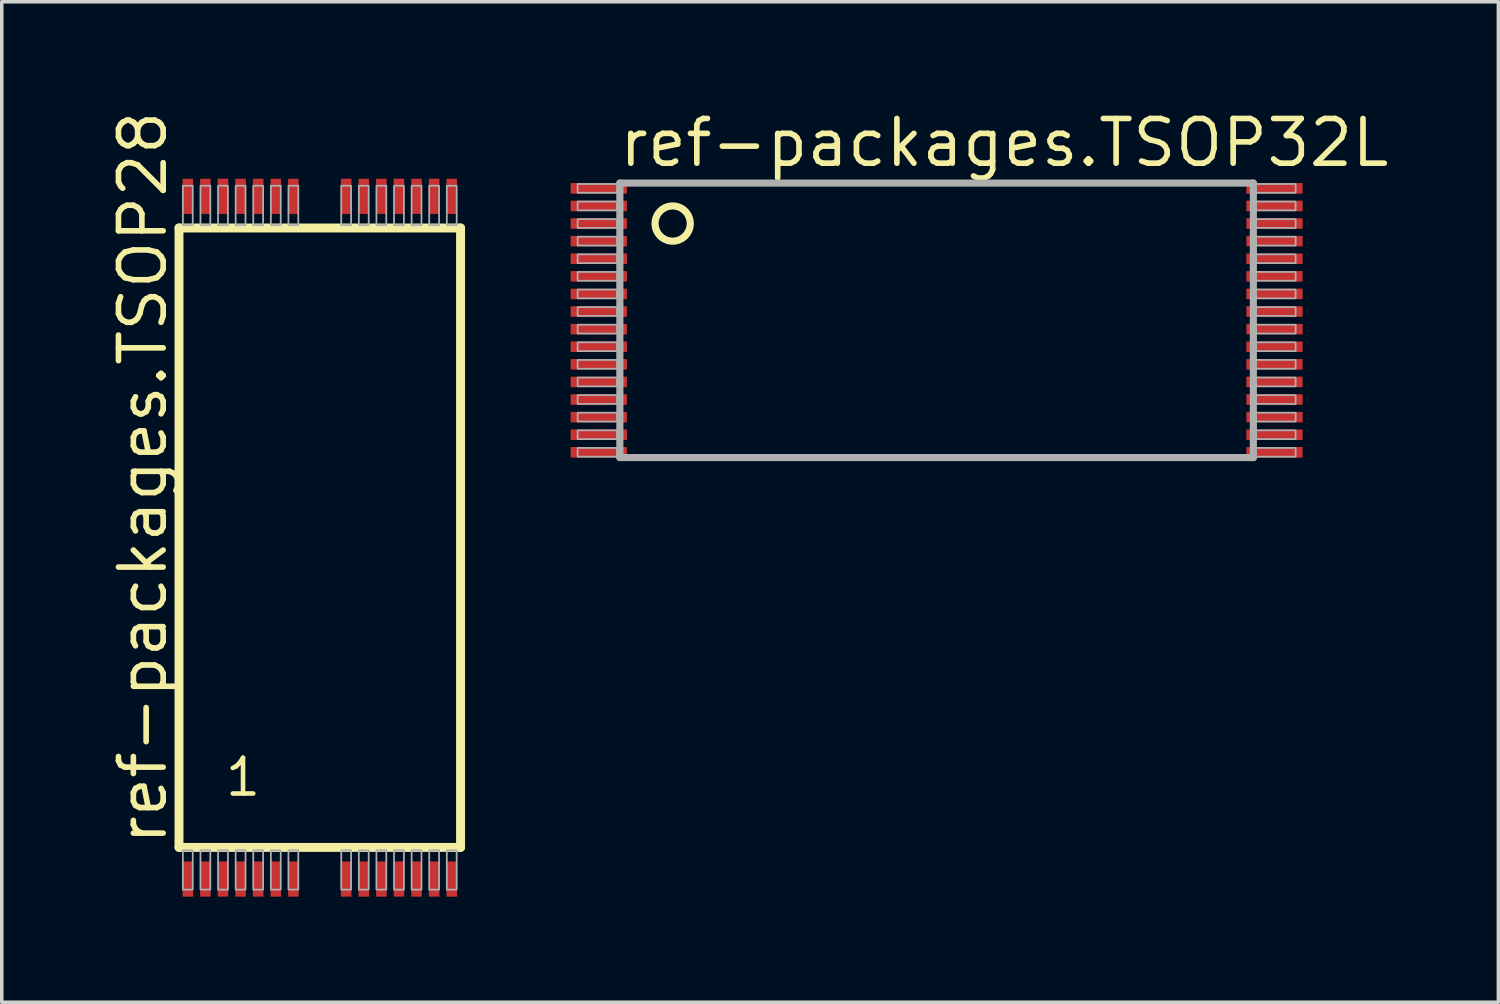
<source format=kicad_pcb>
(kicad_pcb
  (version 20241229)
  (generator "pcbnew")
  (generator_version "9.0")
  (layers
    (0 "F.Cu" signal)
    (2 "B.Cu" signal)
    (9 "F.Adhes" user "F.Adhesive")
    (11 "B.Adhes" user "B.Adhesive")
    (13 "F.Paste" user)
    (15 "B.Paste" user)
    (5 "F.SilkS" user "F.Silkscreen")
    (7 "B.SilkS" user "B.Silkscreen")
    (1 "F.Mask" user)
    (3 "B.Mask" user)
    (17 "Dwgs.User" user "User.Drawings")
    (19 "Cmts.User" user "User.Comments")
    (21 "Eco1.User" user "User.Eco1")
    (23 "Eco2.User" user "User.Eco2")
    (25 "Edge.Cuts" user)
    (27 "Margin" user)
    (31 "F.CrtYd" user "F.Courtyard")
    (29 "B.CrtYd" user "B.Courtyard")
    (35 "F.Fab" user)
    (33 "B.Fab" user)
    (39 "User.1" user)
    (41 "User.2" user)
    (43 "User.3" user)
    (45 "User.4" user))
  (footprint "ref-packages.TSOP28"
    (layer "F.Cu")
    (at 6.036 12.228)
    (property "Reference" "ref-packages.TSOP28" (at -4.286 8.802 90) (layer "F.SilkS") (effects (font (size 1.27 1.27) (thickness 0.16)) (justify left bottom)))
    (attr smd)
    (fp_line (start -4 -8.8) (end 4 -8.8) (stroke (width 0.254) (type default)) (layer "F.SilkS"))
    (fp_line (start -4 8.8) (end -4 -8.8) (stroke (width 0.254) (type default)) (layer "F.SilkS"))
    (fp_line (start 4 -8.8) (end 4 8.8) (stroke (width 0.254) (type default)) (layer "F.SilkS"))
    (fp_line (start 4 8.8) (end -4 8.8) (stroke (width 0.254) (type default)) (layer "F.SilkS"))
    (fp_rect (start -3.89 -8.88) (end -3.61 -10) (stroke (width 0.05) (type default)) (fill no) (layer "F.Fab"))
    (fp_rect (start -3.89 10) (end -3.61 8.88) (stroke (width 0.05) (type default)) (fill no) (layer "F.Fab"))
    (fp_rect (start -3.39 -8.88) (end -3.11 -10) (stroke (width 0.05) (type default)) (fill no) (layer "F.Fab"))
    (fp_rect (start -3.39 10) (end -3.11 8.88) (stroke (width 0.05) (type default)) (fill no) (layer "F.Fab"))
    (fp_rect (start -2.89 -8.88) (end -2.61 -10) (stroke (width 0.05) (type default)) (fill no) (layer "F.Fab"))
    (fp_rect (start -2.89 10) (end -2.61 8.88) (stroke (width 0.05) (type default)) (fill no) (layer "F.Fab"))
    (fp_rect (start -2.39 -8.88) (end -2.11 -10) (stroke (width 0.05) (type default)) (fill no) (layer "F.Fab"))
    (fp_rect (start -2.39 10) (end -2.11 8.88) (stroke (width 0.05) (type default)) (fill no) (layer "F.Fab"))
    (fp_rect (start -1.89 -8.88) (end -1.61 -10) (stroke (width 0.05) (type default)) (fill no) (layer "F.Fab"))
    (fp_rect (start -1.89 10) (end -1.61 8.88) (stroke (width 0.05) (type default)) (fill no) (layer "F.Fab"))
    (fp_rect (start -1.39 -8.88) (end -1.11 -10) (stroke (width 0.05) (type default)) (fill no) (layer "F.Fab"))
    (fp_rect (start -1.39 10) (end -1.11 8.88) (stroke (width 0.05) (type default)) (fill no) (layer "F.Fab"))
    (fp_rect (start -0.89 -8.88) (end -0.61 -10) (stroke (width 0.05) (type default)) (fill no) (layer "F.Fab"))
    (fp_rect (start -0.89 10) (end -0.61 8.88) (stroke (width 0.05) (type default)) (fill no) (layer "F.Fab"))
    (fp_rect (start 0.61 -8.88) (end 0.89 -10) (stroke (width 0.05) (type default)) (fill no) (layer "F.Fab"))
    (fp_rect (start 0.61 10) (end 0.89 8.88) (stroke (width 0.05) (type default)) (fill no) (layer "F.Fab"))
    (fp_rect (start 1.11 -8.88) (end 1.39 -10) (stroke (width 0.05) (type default)) (fill no) (layer "F.Fab"))
    (fp_rect (start 1.11 10) (end 1.39 8.88) (stroke (width 0.05) (type default)) (fill no) (layer "F.Fab"))
    (fp_rect (start 1.61 -8.88) (end 1.89 -10) (stroke (width 0.05) (type default)) (fill no) (layer "F.Fab"))
    (fp_rect (start 1.61 10) (end 1.89 8.88) (stroke (width 0.05) (type default)) (fill no) (layer "F.Fab"))
    (fp_rect (start 2.11 -8.88) (end 2.39 -10) (stroke (width 0.05) (type default)) (fill no) (layer "F.Fab"))
    (fp_rect (start 2.11 10) (end 2.39 8.88) (stroke (width 0.05) (type default)) (fill no) (layer "F.Fab"))
    (fp_rect (start 2.61 -8.88) (end 2.89 -10) (stroke (width 0.05) (type default)) (fill no) (layer "F.Fab"))
    (fp_rect (start 2.61 10) (end 2.89 8.88) (stroke (width 0.05) (type default)) (fill no) (layer "F.Fab"))
    (fp_rect (start 3.11 -8.88) (end 3.39 -10) (stroke (width 0.05) (type default)) (fill no) (layer "F.Fab"))
    (fp_rect (start 3.11 10) (end 3.39 8.88) (stroke (width 0.05) (type default)) (fill no) (layer "F.Fab"))
    (fp_rect (start 3.61 -8.88) (end 3.89 -10) (stroke (width 0.05) (type default)) (fill no) (layer "F.Fab"))
    (fp_rect (start 3.61 10) (end 3.89 8.88) (stroke (width 0.05) (type default)) (fill no) (layer "F.Fab"))
    (fp_text user "1" (at -2.75 7.4 180) (layer "F.SilkS") (effects (font (size 1.016 1.016) (thickness 0.13)) (justify left bottom)))
    (pad "1" smd roundrect (at -3.75 9.7) (size 0.3 1) (layers "F.Cu" "F.Mask" "F.Paste") (roundrect_rratio 0.01))
    (pad "2" smd roundrect (at -3.25 9.7) (size 0.3 1) (layers "F.Cu" "F.Mask" "F.Paste") (roundrect_rratio 0.01))
    (pad "3" smd roundrect (at -2.75 9.7) (size 0.3 1) (layers "F.Cu" "F.Mask" "F.Paste") (roundrect_rratio 0.01))
    (pad "4" smd roundrect (at -2.25 9.7) (size 0.3 1) (layers "F.Cu" "F.Mask" "F.Paste") (roundrect_rratio 0.01))
    (pad "5" smd roundrect (at -1.75 9.7) (size 0.3 1) (layers "F.Cu" "F.Mask" "F.Paste") (roundrect_rratio 0.01))
    (pad "6" smd roundrect (at -1.25 9.7) (size 0.3 1) (layers "F.Cu" "F.Mask" "F.Paste") (roundrect_rratio 0.01))
    (pad "7" smd roundrect (at -0.75 9.7) (size 0.3 1) (layers "F.Cu" "F.Mask" "F.Paste") (roundrect_rratio 0.01))
    (pad "8" smd roundrect (at 0.75 9.7) (size 0.3 1) (layers "F.Cu" "F.Mask" "F.Paste") (roundrect_rratio 0.01))
    (pad "9" smd roundrect (at 1.25 9.7) (size 0.3 1) (layers "F.Cu" "F.Mask" "F.Paste") (roundrect_rratio 0.01))
    (pad "10" smd roundrect (at 1.75 9.7) (size 0.3 1) (layers "F.Cu" "F.Mask" "F.Paste") (roundrect_rratio 0.01))
    (pad "11" smd roundrect (at 2.25 9.7) (size 0.3 1) (layers "F.Cu" "F.Mask" "F.Paste") (roundrect_rratio 0.01))
    (pad "12" smd roundrect (at 2.75 9.7) (size 0.3 1) (layers "F.Cu" "F.Mask" "F.Paste") (roundrect_rratio 0.01))
    (pad "13" smd roundrect (at 3.25 9.7) (size 0.3 1) (layers "F.Cu" "F.Mask" "F.Paste") (roundrect_rratio 0.01))
    (pad "14" smd roundrect (at 3.75 9.7) (size 0.3 1) (layers "F.Cu" "F.Mask" "F.Paste") (roundrect_rratio 0.01))
    (pad "15" smd roundrect (at 3.75 -9.7) (size 0.3 1) (layers "F.Cu" "F.Mask" "F.Paste") (roundrect_rratio 0.01))
    (pad "16" smd roundrect (at 3.25 -9.7) (size 0.3 1) (layers "F.Cu" "F.Mask" "F.Paste") (roundrect_rratio 0.01))
    (pad "17" smd roundrect (at 2.75 -9.7) (size 0.3 1) (layers "F.Cu" "F.Mask" "F.Paste") (roundrect_rratio 0.01))
    (pad "18" smd roundrect (at 2.25 -9.7) (size 0.3 1) (layers "F.Cu" "F.Mask" "F.Paste") (roundrect_rratio 0.01))
    (pad "19" smd roundrect (at 1.75 -9.7) (size 0.3 1) (layers "F.Cu" "F.Mask" "F.Paste") (roundrect_rratio 0.01))
    (pad "20" smd roundrect (at 1.25 -9.7) (size 0.3 1) (layers "F.Cu" "F.Mask" "F.Paste") (roundrect_rratio 0.01))
    (pad "21" smd roundrect (at 0.75 -9.7) (size 0.3 1) (layers "F.Cu" "F.Mask" "F.Paste") (roundrect_rratio 0.01))
    (pad "22" smd roundrect (at -0.75 -9.7) (size 0.3 1) (layers "F.Cu" "F.Mask" "F.Paste") (roundrect_rratio 0.01))
    (pad "23" smd roundrect (at -1.25 -9.7) (size 0.3 1) (layers "F.Cu" "F.Mask" "F.Paste") (roundrect_rratio 0.01))
    (pad "24" smd roundrect (at -1.75 -9.7) (size 0.3 1) (layers "F.Cu" "F.Mask" "F.Paste") (roundrect_rratio 0.01))
    (pad "25" smd roundrect (at -2.25 -9.7) (size 0.3 1) (layers "F.Cu" "F.Mask" "F.Paste") (roundrect_rratio 0.01))
    (pad "26" smd roundrect (at -2.75 -9.7) (size 0.3 1) (layers "F.Cu" "F.Mask" "F.Paste") (roundrect_rratio 0.01))
    (pad "27" smd roundrect (at -3.25 -9.7) (size 0.3 1) (layers "F.Cu" "F.Mask" "F.Paste") (roundrect_rratio 0.01))
    (pad "28" smd roundrect (at -3.75 -9.7) (size 0.3 1) (layers "F.Cu" "F.Mask" "F.Paste") (roundrect_rratio 0.01)))
  (footprint "ref-packages.TSOP32L"
    (layer "F.Cu")
    (at 23.563 6.052)
    (property "Reference" "ref-packages.TSOP32L" (at -9.096 -4.302 0) (layer "F.SilkS") (effects (font (size 1.27 1.27) (thickness 0.16)) (justify left bottom)))
    (attr smd)
    (fp_circle (center -7.5 -2.75) (end -7 -2.75) (stroke (width 0.203) (type default)) (fill no) (layer "F.SilkS"))
    (fp_line (start -9 -3.9) (end -9 3.9) (stroke (width 0.203) (type default)) (layer "F.Fab"))
    (fp_line (start -9 3.9) (end 9 3.9) (stroke (width 0.203) (type default)) (layer "F.Fab"))
    (fp_line (start 9 -3.9) (end -9 -3.9) (stroke (width 0.203) (type default)) (layer "F.Fab"))
    (fp_line (start 9 3.9) (end 9 -3.9) (stroke (width 0.203) (type default)) (layer "F.Fab"))
    (fp_rect (start -10.2 -3.625) (end -9.075 -3.875) (stroke (width 0.05) (type default)) (fill no) (layer "F.Fab"))
    (fp_rect (start -10.2 -3.125) (end -9.075 -3.375) (stroke (width 0.05) (type default)) (fill no) (layer "F.Fab"))
    (fp_rect (start -10.2 -2.625) (end -9.075 -2.875) (stroke (width 0.05) (type default)) (fill no) (layer "F.Fab"))
    (fp_rect (start -10.2 -2.125) (end -9.075 -2.375) (stroke (width 0.05) (type default)) (fill no) (layer "F.Fab"))
    (fp_rect (start -10.2 -1.625) (end -9.075 -1.875) (stroke (width 0.05) (type default)) (fill no) (layer "F.Fab"))
    (fp_rect (start -10.2 -1.125) (end -9.075 -1.375) (stroke (width 0.05) (type default)) (fill no) (layer "F.Fab"))
    (fp_rect (start -10.2 -0.625) (end -9.075 -0.875) (stroke (width 0.05) (type default)) (fill no) (layer "F.Fab"))
    (fp_rect (start -10.2 -0.125) (end -9.075 -0.375) (stroke (width 0.05) (type default)) (fill no) (layer "F.Fab"))
    (fp_rect (start -10.2 0.375) (end -9.075 0.125) (stroke (width 0.05) (type default)) (fill no) (layer "F.Fab"))
    (fp_rect (start -10.2 0.875) (end -9.075 0.625) (stroke (width 0.05) (type default)) (fill no) (layer "F.Fab"))
    (fp_rect (start -10.2 1.375) (end -9.075 1.125) (stroke (width 0.05) (type default)) (fill no) (layer "F.Fab"))
    (fp_rect (start -10.2 1.875) (end -9.075 1.625) (stroke (width 0.05) (type default)) (fill no) (layer "F.Fab"))
    (fp_rect (start -10.2 2.375) (end -9.075 2.125) (stroke (width 0.05) (type default)) (fill no) (layer "F.Fab"))
    (fp_rect (start -10.2 2.875) (end -9.075 2.625) (stroke (width 0.05) (type default)) (fill no) (layer "F.Fab"))
    (fp_rect (start -10.2 3.375) (end -9.075 3.125) (stroke (width 0.05) (type default)) (fill no) (layer "F.Fab"))
    (fp_rect (start -10.2 3.875) (end -9.075 3.625) (stroke (width 0.05) (type default)) (fill no) (layer "F.Fab"))
    (fp_rect (start 9.075 -3.625) (end 10.2 -3.875) (stroke (width 0.05) (type default)) (fill no) (layer "F.Fab"))
    (fp_rect (start 9.075 -3.125) (end 10.2 -3.375) (stroke (width 0.05) (type default)) (fill no) (layer "F.Fab"))
    (fp_rect (start 9.075 -2.625) (end 10.2 -2.875) (stroke (width 0.05) (type default)) (fill no) (layer "F.Fab"))
    (fp_rect (start 9.075 -2.125) (end 10.2 -2.375) (stroke (width 0.05) (type default)) (fill no) (layer "F.Fab"))
    (fp_rect (start 9.075 -1.625) (end 10.2 -1.875) (stroke (width 0.05) (type default)) (fill no) (layer "F.Fab"))
    (fp_rect (start 9.075 -1.125) (end 10.2 -1.375) (stroke (width 0.05) (type default)) (fill no) (layer "F.Fab"))
    (fp_rect (start 9.075 -0.625) (end 10.2 -0.875) (stroke (width 0.05) (type default)) (fill no) (layer "F.Fab"))
    (fp_rect (start 9.075 -0.125) (end 10.2 -0.375) (stroke (width 0.05) (type default)) (fill no) (layer "F.Fab"))
    (fp_rect (start 9.075 0.375) (end 10.2 0.125) (stroke (width 0.05) (type default)) (fill no) (layer "F.Fab"))
    (fp_rect (start 9.075 0.875) (end 10.2 0.625) (stroke (width 0.05) (type default)) (fill no) (layer "F.Fab"))
    (fp_rect (start 9.075 1.375) (end 10.2 1.125) (stroke (width 0.05) (type default)) (fill no) (layer "F.Fab"))
    (fp_rect (start 9.075 1.875) (end 10.2 1.625) (stroke (width 0.05) (type default)) (fill no) (layer "F.Fab"))
    (fp_rect (start 9.075 2.375) (end 10.2 2.125) (stroke (width 0.05) (type default)) (fill no) (layer "F.Fab"))
    (fp_rect (start 9.075 2.875) (end 10.2 2.625) (stroke (width 0.05) (type default)) (fill no) (layer "F.Fab"))
    (fp_rect (start 9.075 3.375) (end 10.2 3.125) (stroke (width 0.05) (type default)) (fill no) (layer "F.Fab"))
    (fp_rect (start 9.075 3.875) (end 10.2 3.625) (stroke (width 0.05) (type default)) (fill no) (layer "F.Fab"))
    (pad "1" smd roundrect (at -9.6 -3.75) (size 1.6 0.3) (layers "F.Cu" "F.Mask" "F.Paste") (roundrect_rratio 0.01))
    (pad "2" smd roundrect (at -9.6 -3.25) (size 1.6 0.3) (layers "F.Cu" "F.Mask" "F.Paste") (roundrect_rratio 0.01))
    (pad "3" smd roundrect (at -9.6 -2.75) (size 1.6 0.3) (layers "F.Cu" "F.Mask" "F.Paste") (roundrect_rratio 0.01))
    (pad "4" smd roundrect (at -9.6 -2.25) (size 1.6 0.3) (layers "F.Cu" "F.Mask" "F.Paste") (roundrect_rratio 0.01))
    (pad "5" smd roundrect (at -9.6 -1.75) (size 1.6 0.3) (layers "F.Cu" "F.Mask" "F.Paste") (roundrect_rratio 0.01))
    (pad "6" smd roundrect (at -9.6 -1.25) (size 1.6 0.3) (layers "F.Cu" "F.Mask" "F.Paste") (roundrect_rratio 0.01))
    (pad "7" smd roundrect (at -9.6 -0.75) (size 1.6 0.3) (layers "F.Cu" "F.Mask" "F.Paste") (roundrect_rratio 0.01))
    (pad "8" smd roundrect (at -9.6 -0.25) (size 1.6 0.3) (layers "F.Cu" "F.Mask" "F.Paste") (roundrect_rratio 0.01))
    (pad "9" smd roundrect (at -9.6 0.25) (size 1.6 0.3) (layers "F.Cu" "F.Mask" "F.Paste") (roundrect_rratio 0.01))
    (pad "10" smd roundrect (at -9.6 0.75) (size 1.6 0.3) (layers "F.Cu" "F.Mask" "F.Paste") (roundrect_rratio 0.01))
    (pad "11" smd roundrect (at -9.6 1.25) (size 1.6 0.3) (layers "F.Cu" "F.Mask" "F.Paste") (roundrect_rratio 0.01))
    (pad "12" smd roundrect (at -9.6 1.75) (size 1.6 0.3) (layers "F.Cu" "F.Mask" "F.Paste") (roundrect_rratio 0.01))
    (pad "13" smd roundrect (at -9.6 2.25) (size 1.6 0.3) (layers "F.Cu" "F.Mask" "F.Paste") (roundrect_rratio 0.01))
    (pad "14" smd roundrect (at -9.6 2.75) (size 1.6 0.3) (layers "F.Cu" "F.Mask" "F.Paste") (roundrect_rratio 0.01))
    (pad "15" smd roundrect (at -9.6 3.25) (size 1.6 0.3) (layers "F.Cu" "F.Mask" "F.Paste") (roundrect_rratio 0.01))
    (pad "16" smd roundrect (at -9.6 3.75) (size 1.6 0.3) (layers "F.Cu" "F.Mask" "F.Paste") (roundrect_rratio 0.01))
    (pad "17" smd roundrect (at 9.6 3.75) (size 1.6 0.3) (layers "F.Cu" "F.Mask" "F.Paste") (roundrect_rratio 0.01))
    (pad "18" smd roundrect (at 9.6 3.25) (size 1.6 0.3) (layers "F.Cu" "F.Mask" "F.Paste") (roundrect_rratio 0.01))
    (pad "19" smd roundrect (at 9.6 2.75) (size 1.6 0.3) (layers "F.Cu" "F.Mask" "F.Paste") (roundrect_rratio 0.01))
    (pad "20" smd roundrect (at 9.6 2.25) (size 1.6 0.3) (layers "F.Cu" "F.Mask" "F.Paste") (roundrect_rratio 0.01))
    (pad "21" smd roundrect (at 9.6 1.75) (size 1.6 0.3) (layers "F.Cu" "F.Mask" "F.Paste") (roundrect_rratio 0.01))
    (pad "22" smd roundrect (at 9.6 1.25) (size 1.6 0.3) (layers "F.Cu" "F.Mask" "F.Paste") (roundrect_rratio 0.01))
    (pad "23" smd roundrect (at 9.6 0.75) (size 1.6 0.3) (layers "F.Cu" "F.Mask" "F.Paste") (roundrect_rratio 0.01))
    (pad "24" smd roundrect (at 9.6 0.25) (size 1.6 0.3) (layers "F.Cu" "F.Mask" "F.Paste") (roundrect_rratio 0.01))
    (pad "25" smd roundrect (at 9.6 -0.25) (size 1.6 0.3) (layers "F.Cu" "F.Mask" "F.Paste") (roundrect_rratio 0.01))
    (pad "26" smd roundrect (at 9.6 -0.75) (size 1.6 0.3) (layers "F.Cu" "F.Mask" "F.Paste") (roundrect_rratio 0.01))
    (pad "27" smd roundrect (at 9.6 -1.25) (size 1.6 0.3) (layers "F.Cu" "F.Mask" "F.Paste") (roundrect_rratio 0.01))
    (pad "28" smd roundrect (at 9.6 -1.75) (size 1.6 0.3) (layers "F.Cu" "F.Mask" "F.Paste") (roundrect_rratio 0.01))
    (pad "29" smd roundrect (at 9.6 -2.25) (size 1.6 0.3) (layers "F.Cu" "F.Mask" "F.Paste") (roundrect_rratio 0.01))
    (pad "30" smd roundrect (at 9.6 -2.75) (size 1.6 0.3) (layers "F.Cu" "F.Mask" "F.Paste") (roundrect_rratio 0.01))
    (pad "31" smd roundrect (at 9.6 -3.25) (size 1.6 0.3) (layers "F.Cu" "F.Mask" "F.Paste") (roundrect_rratio 0.01))
    (pad "32" smd roundrect (at 9.6 -3.75) (size 1.6 0.3) (layers "F.Cu" "F.Mask" "F.Paste") (roundrect_rratio 0.01)))
  (gr_rect
    (start -3 -3)
    (end 39.525 25.428)
    (stroke (width 0.1) (type default))
    (fill no)
    (layer "Edge.Cuts")))
</source>
